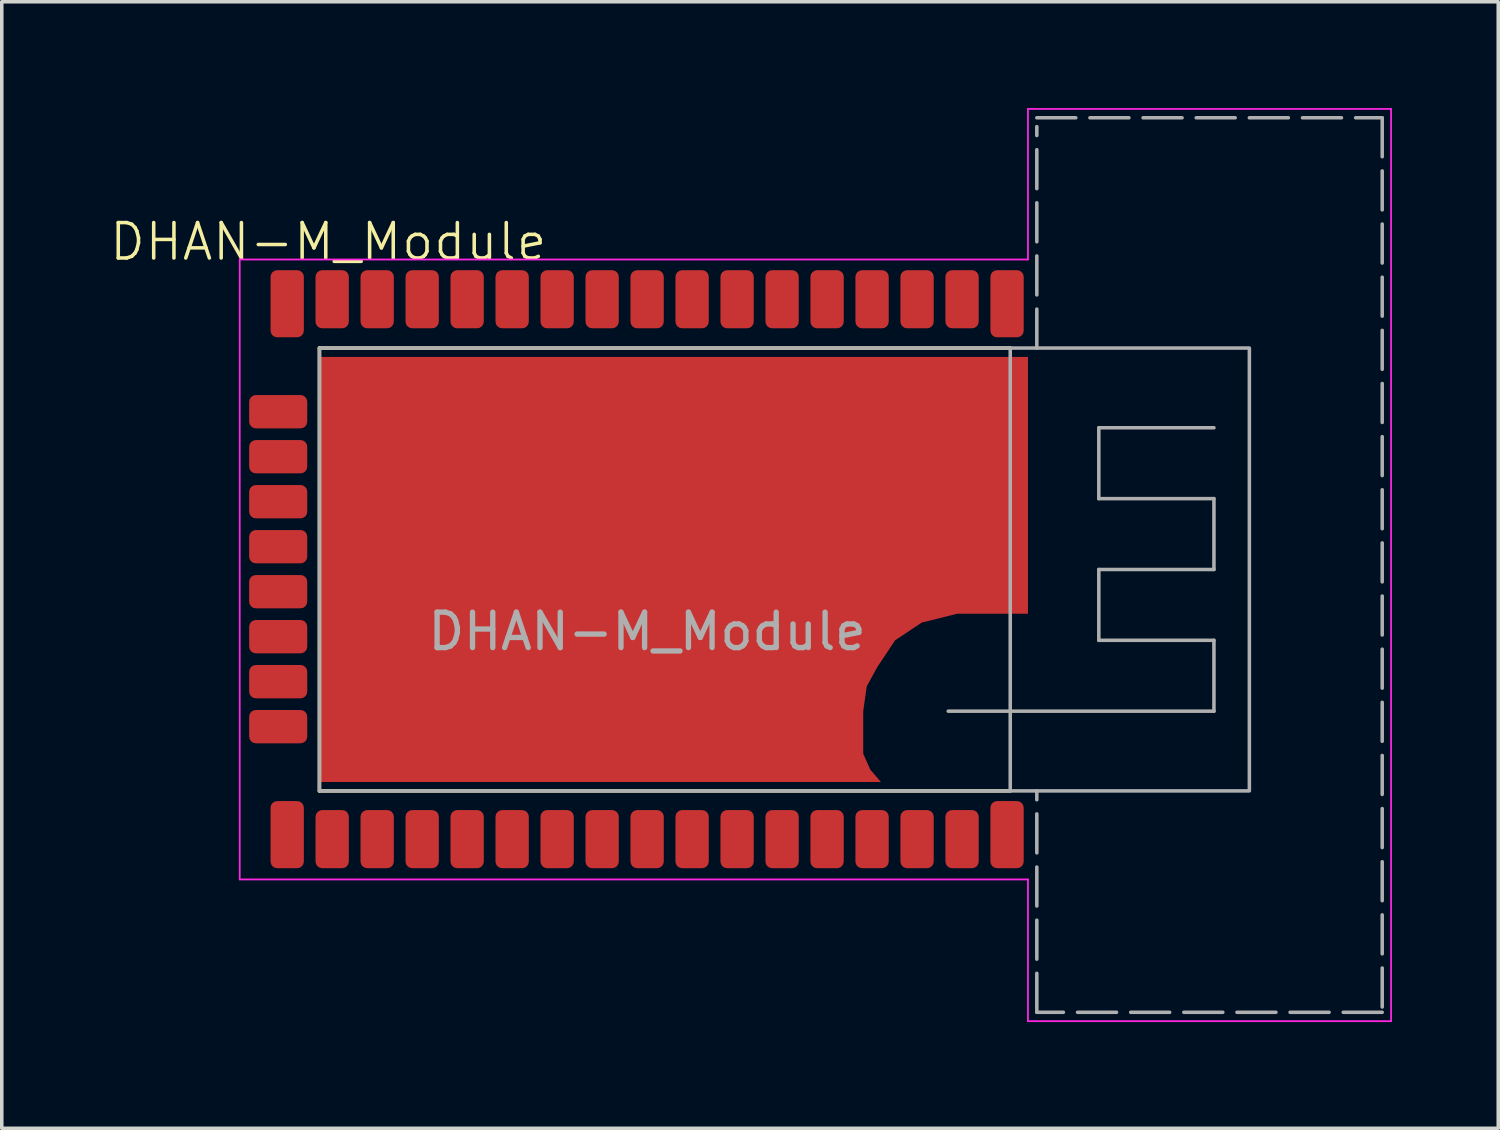
<source format=kicad_pcb>
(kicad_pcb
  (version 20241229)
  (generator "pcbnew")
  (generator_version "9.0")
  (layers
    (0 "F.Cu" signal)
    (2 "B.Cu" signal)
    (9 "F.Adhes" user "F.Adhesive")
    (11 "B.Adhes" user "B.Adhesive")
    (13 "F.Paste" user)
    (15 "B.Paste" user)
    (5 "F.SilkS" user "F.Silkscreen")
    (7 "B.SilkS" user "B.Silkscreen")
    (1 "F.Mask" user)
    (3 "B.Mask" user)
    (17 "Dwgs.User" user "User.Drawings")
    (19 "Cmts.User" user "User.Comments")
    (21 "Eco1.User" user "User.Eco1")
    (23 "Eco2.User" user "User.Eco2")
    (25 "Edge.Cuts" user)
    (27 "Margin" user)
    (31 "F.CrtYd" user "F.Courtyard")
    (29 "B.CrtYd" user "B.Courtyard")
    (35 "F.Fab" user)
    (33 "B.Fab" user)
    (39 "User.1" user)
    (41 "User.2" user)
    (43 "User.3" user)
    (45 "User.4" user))
  (footprint "DHAN-M_Module"
    (layer "F.Cu")
    (at 15.217 13.025)
    (property "Reference" "DHAN-M_Module" (at -9 -9.25 0) (unlocked yes) (layer "F.SilkS") (effects (font (size 1 1) (thickness 0.1))))
    (attr smd)
    (fp_line (start -9.25 -6.25) (end -9.25 6.25) (stroke (width 0.1) (type default)) (layer "F.SilkS"))
    (fp_line (start -9.25 6.25) (end 10.25 6.25) (stroke (width 0.1) (type default)) (layer "F.SilkS"))
    (fp_line (start 10.25 -6.25) (end -9.25 -6.25) (stroke (width 0.1) (type default)) (layer "F.SilkS"))
    (fp_line (start -11.5 -8.75) (end -11.5 8.75) (stroke (width 0.05) (type default)) (layer "F.CrtYd"))
    (fp_line (start -11.5 8.75) (end 10.75 8.75) (stroke (width 0.05) (type default)) (layer "F.CrtYd"))
    (fp_line (start 10.75 -13) (end 10.75 -8.75) (stroke (width 0.05) (type default)) (layer "F.CrtYd"))
    (fp_line (start 10.75 -8.75) (end -11.5 -8.75) (stroke (width 0.05) (type default)) (layer "F.CrtYd"))
    (fp_line (start 10.75 8.75) (end 10.75 12.75) (stroke (width 0.05) (type default)) (layer "F.CrtYd"))
    (fp_line (start 10.75 12.75) (end 21 12.75) (stroke (width 0.05) (type default)) (layer "F.CrtYd"))
    (fp_line (start 21 -13) (end 10.75 -13) (stroke (width 0.05) (type default)) (layer "F.CrtYd"))
    (fp_line (start 21 12.75) (end 21 -13) (stroke (width 0.05) (type default)) (layer "F.CrtYd"))
    (fp_line (start 8.5 4) (end 16 4) (stroke (width 0.1) (type default)) (layer "F.Fab"))
    (fp_line (start 10.25 -6.25) (end 10.25 6.25) (stroke (width 0.1) (type default)) (layer "F.Fab"))
    (fp_line (start 11 -12.75) (end 20.75 -12.75) (stroke (width 0.1) (type dash)) (layer "F.Fab"))
    (fp_line (start 11 -6.25) (end 11 -12.5) (stroke (width 0.1) (type dash)) (layer "F.Fab"))
    (fp_line (start 11 12.5) (end 11 6.25) (stroke (width 0.1) (type dash)) (layer "F.Fab"))
    (fp_line (start 12.75 -4) (end 16 -4) (stroke (width 0.1) (type default)) (layer "F.Fab"))
    (fp_line (start 12.75 -2) (end 12.75 -4) (stroke (width 0.1) (type default)) (layer "F.Fab"))
    (fp_line (start 12.75 0) (end 16 0) (stroke (width 0.1) (type default)) (layer "F.Fab"))
    (fp_line (start 12.75 2) (end 12.75 0) (stroke (width 0.1) (type default)) (layer "F.Fab"))
    (fp_line (start 16 -2) (end 12.75 -2) (stroke (width 0.1) (type default)) (layer "F.Fab"))
    (fp_line (start 16 0) (end 16 -2) (stroke (width 0.1) (type default)) (layer "F.Fab"))
    (fp_line (start 16 2) (end 12.75 2) (stroke (width 0.1) (type default)) (layer "F.Fab"))
    (fp_line (start 16 4) (end 16 2) (stroke (width 0.1) (type default)) (layer "F.Fab"))
    (fp_line (start 20.75 -12.75) (end 20.75 12.5) (stroke (width 0.1) (type dash)) (layer "F.Fab"))
    (fp_line (start 20.75 12.5) (end 11 12.5) (stroke (width 0.1) (type dash)) (layer "F.Fab"))
    (fp_rect (start -9.25 -6.25) (end 17 6.25) (stroke (width 0.1) (type default)) (fill no) (layer "F.Fab"))
    (fp_text user "${REFERENCE}" (at 0 1.75 0) (unlocked yes) (layer "F.Fab") (effects (font (size 1 1) (thickness 0.15))))
    (pad "1" smd custom (at -1.613 0) (size 15.225 12) (layers "F.Cu") (options (anchor rect)) (primitives (gr_poly (pts (xy 12.363 -6) (xy 12.363 1.25) (xy 10.363 1.25) (xy 9.363 1.5) (xy 8.613 2) (xy 8.113 2.75) (xy 7.812 3.3) (xy 7.713 4) (xy 7.713 4.6) (xy 7.713 5.2) (xy 7.912 5.65) (xy 8.213 6) (xy 7.612 6) (xy -7.612 6) (xy -7.612 -6)) (width 0) (fill yes))))
    (pad "1" smd roundrect (at 10.16 -7.501) (size 0.94 1.894) (layers "F.Cu" "F.Mask" "F.Paste") (roundrect_rratio 0.2))
    (pad "2" smd roundrect (at 8.89 -7.628) (size 0.94 1.64) (layers "F.Cu" "F.Mask" "F.Paste") (roundrect_rratio 0.2))
    (pad "3" smd roundrect (at 7.62 -7.628) (size 0.94 1.64) (layers "F.Cu" "F.Mask" "F.Paste") (roundrect_rratio 0.2))
    (pad "4" smd roundrect (at 6.35 -7.628) (size 0.94 1.64) (layers "F.Cu" "F.Mask" "F.Paste") (roundrect_rratio 0.2))
    (pad "5" smd roundrect (at 5.08 -7.628) (size 0.94 1.64) (layers "F.Cu" "F.Mask" "F.Paste") (roundrect_rratio 0.2))
    (pad "6" smd roundrect (at 3.81 -7.628) (size 0.94 1.64) (layers "F.Cu" "F.Mask" "F.Paste") (roundrect_rratio 0.2))
    (pad "7" smd roundrect (at 2.54 -7.628) (size 0.94 1.64) (layers "F.Cu" "F.Mask" "F.Paste") (roundrect_rratio 0.2))
    (pad "8" smd roundrect (at 1.27 -7.628) (size 0.94 1.64) (layers "F.Cu" "F.Mask" "F.Paste") (roundrect_rratio 0.2))
    (pad "9" smd roundrect (at 0 -7.628) (size 0.94 1.64) (layers "F.Cu" "F.Mask" "F.Paste") (roundrect_rratio 0.2))
    (pad "10" smd roundrect (at -1.27 -7.628) (size 0.94 1.64) (layers "F.Cu" "F.Mask" "F.Paste") (roundrect_rratio 0.2))
    (pad "11" smd roundrect (at -2.54 -7.628) (size 0.94 1.64) (layers "F.Cu" "F.Mask" "F.Paste") (roundrect_rratio 0.2))
    (pad "12" smd roundrect (at -3.81 -7.628) (size 0.94 1.64) (layers "F.Cu" "F.Mask" "F.Paste") (roundrect_rratio 0.2))
    (pad "13" smd roundrect (at -5.08 -7.628) (size 0.94 1.64) (layers "F.Cu" "F.Mask" "F.Paste") (roundrect_rratio 0.2))
    (pad "14" smd roundrect (at -6.35 -7.628) (size 0.94 1.64) (layers "F.Cu" "F.Mask" "F.Paste") (roundrect_rratio 0.2))
    (pad "15" smd roundrect (at -7.62 -7.628) (size 0.94 1.64) (layers "F.Cu" "F.Mask" "F.Paste") (roundrect_rratio 0.2))
    (pad "16" smd roundrect (at -8.89 -7.628) (size 0.94 1.64) (layers "F.Cu" "F.Mask" "F.Paste") (roundrect_rratio 0.2))
    (pad "17" smd roundrect (at -10.16 -7.501) (size 0.94 1.894) (layers "F.Cu" "F.Mask" "F.Paste") (roundrect_rratio 0.2))
    (pad "18" smd roundrect (at -10.414 -4.453 90) (size 0.94 1.64) (layers "F.Cu" "F.Mask" "F.Paste") (roundrect_rratio 0.2))
    (pad "19" smd roundrect (at -10.414 -3.183 90) (size 0.94 1.64) (layers "F.Cu" "F.Mask" "F.Paste") (roundrect_rratio 0.2))
    (pad "20" smd roundrect (at -10.414 -1.913 90) (size 0.94 1.64) (layers "F.Cu" "F.Mask" "F.Paste") (roundrect_rratio 0.2))
    (pad "21" smd roundrect (at -10.414 -0.643 90) (size 0.94 1.64) (layers "F.Cu" "F.Mask" "F.Paste") (roundrect_rratio 0.2))
    (pad "22" smd roundrect (at -10.414 0.627 90) (size 0.94 1.64) (layers "F.Cu" "F.Mask" "F.Paste") (roundrect_rratio 0.2))
    (pad "23" smd roundrect (at -10.414 1.897 90) (size 0.94 1.64) (layers "F.Cu" "F.Mask" "F.Paste") (roundrect_rratio 0.2))
    (pad "24" smd roundrect (at -10.414 3.167 90) (size 0.94 1.64) (layers "F.Cu" "F.Mask" "F.Paste") (roundrect_rratio 0.2))
    (pad "25" smd roundrect (at -10.414 4.437 90) (size 0.94 1.64) (layers "F.Cu" "F.Mask" "F.Paste") (roundrect_rratio 0.2))
    (pad "26" smd roundrect (at -10.16 7.485 180) (size 0.94 1.894) (layers "F.Cu" "F.Mask" "F.Paste") (roundrect_rratio 0.2))
    (pad "27" smd roundrect (at -8.89 7.612 180) (size 0.94 1.64) (layers "F.Cu" "F.Mask" "F.Paste") (roundrect_rratio 0.2))
    (pad "28" smd roundrect (at -7.62 7.612 180) (size 0.94 1.64) (layers "F.Cu" "F.Mask" "F.Paste") (roundrect_rratio 0.2))
    (pad "29" smd roundrect (at -6.35 7.612 180) (size 0.94 1.64) (layers "F.Cu" "F.Mask" "F.Paste") (roundrect_rratio 0.2))
    (pad "30" smd roundrect (at -5.08 7.612 180) (size 0.94 1.64) (layers "F.Cu" "F.Mask" "F.Paste") (roundrect_rratio 0.2))
    (pad "31" smd roundrect (at -3.81 7.612 180) (size 0.94 1.64) (layers "F.Cu" "F.Mask" "F.Paste") (roundrect_rratio 0.2))
    (pad "32" smd roundrect (at -2.54 7.612 180) (size 0.94 1.64) (layers "F.Cu" "F.Mask" "F.Paste") (roundrect_rratio 0.2))
    (pad "33" smd roundrect (at -1.27 7.612 180) (size 0.94 1.64) (layers "F.Cu" "F.Mask" "F.Paste") (roundrect_rratio 0.2))
    (pad "34" smd roundrect (at 0 7.612 180) (size 0.94 1.64) (layers "F.Cu" "F.Mask" "F.Paste") (roundrect_rratio 0.2))
    (pad "35" smd roundrect (at 1.27 7.612 180) (size 0.94 1.64) (layers "F.Cu" "F.Mask" "F.Paste") (roundrect_rratio 0.2))
    (pad "36" smd roundrect (at 2.54 7.612 180) (size 0.94 1.64) (layers "F.Cu" "F.Mask" "F.Paste") (roundrect_rratio 0.2))
    (pad "37" smd roundrect (at 3.81 7.612 180) (size 0.94 1.64) (layers "F.Cu" "F.Mask" "F.Paste") (roundrect_rratio 0.2))
    (pad "38" smd roundrect (at 5.08 7.612 180) (size 0.94 1.64) (layers "F.Cu" "F.Mask" "F.Paste") (roundrect_rratio 0.2))
    (pad "39" smd roundrect (at 6.35 7.612 180) (size 0.94 1.64) (layers "F.Cu" "F.Mask" "F.Paste") (roundrect_rratio 0.2))
    (pad "40" smd roundrect (at 7.62 7.612 180) (size 0.94 1.64) (layers "F.Cu" "F.Mask" "F.Paste") (roundrect_rratio 0.2))
    (pad "41" smd roundrect (at 8.89 7.612 180) (size 0.94 1.64) (layers "F.Cu" "F.Mask" "F.Paste") (roundrect_rratio 0.2))
    (pad "42" smd roundrect (at 10.16 7.485 180) (size 0.94 1.894) (layers "F.Cu" "F.Mask" "F.Paste") (roundrect_rratio 0.2))
    (zone (net_name "") (layers "F.Cu" "B.Cu" "Cmts.User") (name "RF keepout") (hatch edge 0.5) (connect_pads) (min_thickness 0.25) (filled_areas_thickness no) (keepout (tracks not_allowed) (vias not_allowed) (pads not_allowed) (copperpour not_allowed) (footprints allowed)) (placement (enabled no)) (fill) (polygon (pts (xy 22.217 19.275) (xy 21.467 18.275) (xy 21.467 17.025) (xy 21.717 16.025) (xy 22.217 15.275) (xy 22.967 14.775) (xy 23.917 14.541) (xy 24.967 14.525) (xy 26.217 14.525) (xy 26.217 0.275) (xy 35.967 0.275) (xy 35.967 25.525) (xy 26.217 25.525) (xy 26.217 19.275)))))
  (gr_rect
    (start -3 -3)
    (end 39.242 28.8)
    (stroke (width 0.1) (type default))
    (fill no)
    (layer "Edge.Cuts")))
</source>
